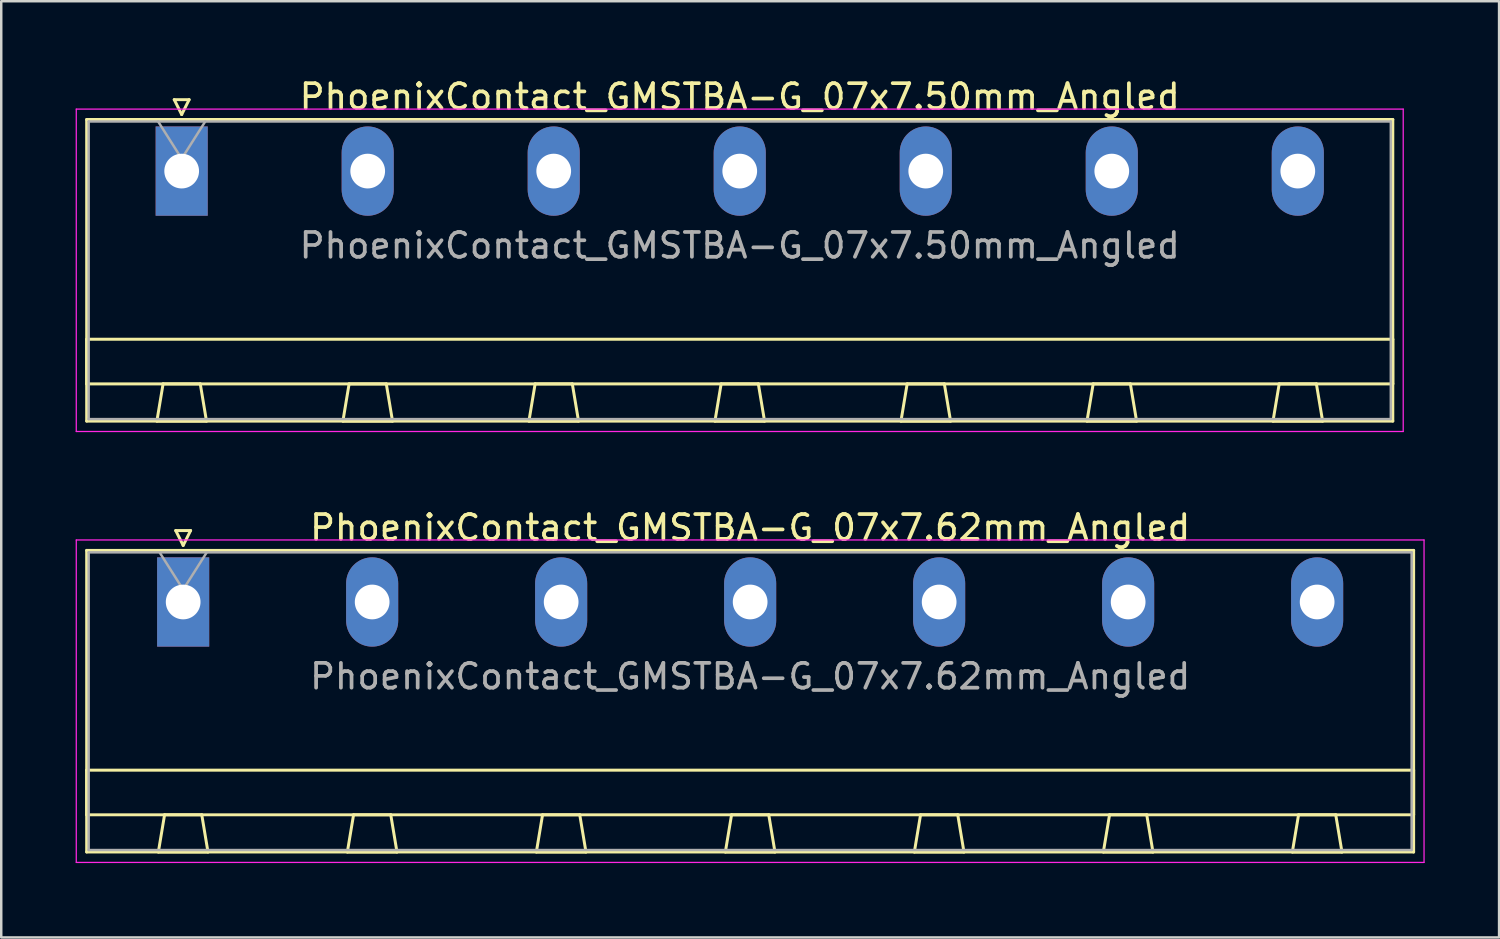
<source format=kicad_pcb>
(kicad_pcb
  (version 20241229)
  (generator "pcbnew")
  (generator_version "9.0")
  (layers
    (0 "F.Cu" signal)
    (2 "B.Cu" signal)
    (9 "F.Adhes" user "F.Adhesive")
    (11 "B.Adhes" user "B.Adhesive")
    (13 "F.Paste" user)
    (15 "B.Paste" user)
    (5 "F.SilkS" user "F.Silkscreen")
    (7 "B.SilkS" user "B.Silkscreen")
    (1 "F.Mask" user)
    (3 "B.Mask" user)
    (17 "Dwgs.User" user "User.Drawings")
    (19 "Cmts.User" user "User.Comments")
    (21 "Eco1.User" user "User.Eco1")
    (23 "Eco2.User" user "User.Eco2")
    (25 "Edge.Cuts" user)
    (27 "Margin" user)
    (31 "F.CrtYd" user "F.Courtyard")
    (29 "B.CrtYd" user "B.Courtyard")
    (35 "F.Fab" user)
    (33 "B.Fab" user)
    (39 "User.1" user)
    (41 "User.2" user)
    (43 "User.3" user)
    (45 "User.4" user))
  (footprint "PhoenixContact_GMSTBA-G_07x7.62mm_Angled"
    (layer "F.Cu")
    (at 4.335 21.221)
    (property "Reference" "PhoenixContact_GMSTBA-G_07x7.62mm_Angled" (at 22.86 -3 0) (layer "F.SilkS") (effects (font (size 1 1) (thickness 0.15))))
    (attr through_hole)
    (fp_line (start -3.89 -2.08) (end -3.89 10.08) (stroke (width 0.12) (type solid)) (layer "F.SilkS"))
    (fp_line (start -3.89 6.78) (end 49.61 6.78) (stroke (width 0.12) (type solid)) (layer "F.SilkS"))
    (fp_line (start -3.89 8.58) (end -3.89 6.78) (stroke (width 0.12) (type solid)) (layer "F.SilkS"))
    (fp_line (start -3.89 10.08) (end 49.61 10.08) (stroke (width 0.12) (type solid)) (layer "F.SilkS"))
    (fp_line (start -1 10.08) (end 1 10.08) (stroke (width 0.12) (type solid)) (layer "F.SilkS"))
    (fp_line (start -0.75 8.58) (end -1 10.08) (stroke (width 0.12) (type solid)) (layer "F.SilkS"))
    (fp_line (start -0.3 -2.88) (end 0.3 -2.88) (stroke (width 0.12) (type solid)) (layer "F.SilkS"))
    (fp_line (start 0 -2.28) (end -0.3 -2.88) (stroke (width 0.12) (type solid)) (layer "F.SilkS"))
    (fp_line (start 0.3 -2.88) (end 0 -2.28) (stroke (width 0.12) (type solid)) (layer "F.SilkS"))
    (fp_line (start 0.75 8.58) (end -0.75 8.58) (stroke (width 0.12) (type solid)) (layer "F.SilkS"))
    (fp_line (start 1 10.08) (end 0.75 8.58) (stroke (width 0.12) (type solid)) (layer "F.SilkS"))
    (fp_line (start 6.62 10.08) (end 8.62 10.08) (stroke (width 0.12) (type solid)) (layer "F.SilkS"))
    (fp_line (start 6.87 8.58) (end 6.62 10.08) (stroke (width 0.12) (type solid)) (layer "F.SilkS"))
    (fp_line (start 8.37 8.58) (end 6.87 8.58) (stroke (width 0.12) (type solid)) (layer "F.SilkS"))
    (fp_line (start 8.62 10.08) (end 8.37 8.58) (stroke (width 0.12) (type solid)) (layer "F.SilkS"))
    (fp_line (start 14.24 10.08) (end 16.24 10.08) (stroke (width 0.12) (type solid)) (layer "F.SilkS"))
    (fp_line (start 14.49 8.58) (end 14.24 10.08) (stroke (width 0.12) (type solid)) (layer "F.SilkS"))
    (fp_line (start 15.99 8.58) (end 14.49 8.58) (stroke (width 0.12) (type solid)) (layer "F.SilkS"))
    (fp_line (start 16.24 10.08) (end 15.99 8.58) (stroke (width 0.12) (type solid)) (layer "F.SilkS"))
    (fp_line (start 21.86 10.08) (end 23.86 10.08) (stroke (width 0.12) (type solid)) (layer "F.SilkS"))
    (fp_line (start 22.11 8.58) (end 21.86 10.08) (stroke (width 0.12) (type solid)) (layer "F.SilkS"))
    (fp_line (start 23.61 8.58) (end 22.11 8.58) (stroke (width 0.12) (type solid)) (layer "F.SilkS"))
    (fp_line (start 23.86 10.08) (end 23.61 8.58) (stroke (width 0.12) (type solid)) (layer "F.SilkS"))
    (fp_line (start 29.48 10.08) (end 31.48 10.08) (stroke (width 0.12) (type solid)) (layer "F.SilkS"))
    (fp_line (start 29.73 8.58) (end 29.48 10.08) (stroke (width 0.12) (type solid)) (layer "F.SilkS"))
    (fp_line (start 31.23 8.58) (end 29.73 8.58) (stroke (width 0.12) (type solid)) (layer "F.SilkS"))
    (fp_line (start 31.48 10.08) (end 31.23 8.58) (stroke (width 0.12) (type solid)) (layer "F.SilkS"))
    (fp_line (start 37.1 10.08) (end 39.1 10.08) (stroke (width 0.12) (type solid)) (layer "F.SilkS"))
    (fp_line (start 37.35 8.58) (end 37.1 10.08) (stroke (width 0.12) (type solid)) (layer "F.SilkS"))
    (fp_line (start 38.85 8.58) (end 37.35 8.58) (stroke (width 0.12) (type solid)) (layer "F.SilkS"))
    (fp_line (start 39.1 10.08) (end 38.85 8.58) (stroke (width 0.12) (type solid)) (layer "F.SilkS"))
    (fp_line (start 44.72 10.08) (end 46.72 10.08) (stroke (width 0.12) (type solid)) (layer "F.SilkS"))
    (fp_line (start 44.97 8.58) (end 44.72 10.08) (stroke (width 0.12) (type solid)) (layer "F.SilkS"))
    (fp_line (start 46.47 8.58) (end 44.97 8.58) (stroke (width 0.12) (type solid)) (layer "F.SilkS"))
    (fp_line (start 46.72 10.08) (end 46.47 8.58) (stroke (width 0.12) (type solid)) (layer "F.SilkS"))
    (fp_line (start 49.61 -2.08) (end -3.89 -2.08) (stroke (width 0.12) (type solid)) (layer "F.SilkS"))
    (fp_line (start 49.61 6.78) (end 49.61 8.58) (stroke (width 0.12) (type solid)) (layer "F.SilkS"))
    (fp_line (start 49.61 8.58) (end -3.89 8.58) (stroke (width 0.12) (type solid)) (layer "F.SilkS"))
    (fp_line (start 49.61 10.08) (end 49.61 -2.08) (stroke (width 0.12) (type solid)) (layer "F.SilkS"))
    (fp_line (start -4.31 -2.5) (end -4.31 10.5) (stroke (width 0.05) (type solid)) (layer "F.CrtYd"))
    (fp_line (start -4.31 10.5) (end 50.03 10.5) (stroke (width 0.05) (type solid)) (layer "F.CrtYd"))
    (fp_line (start 50.03 -2.5) (end -4.31 -2.5) (stroke (width 0.05) (type solid)) (layer "F.CrtYd"))
    (fp_line (start 50.03 10.5) (end 50.03 -2.5) (stroke (width 0.05) (type solid)) (layer "F.CrtYd"))
    (fp_line (start -3.81 -2) (end -3.81 10) (stroke (width 0.1) (type solid)) (layer "F.Fab"))
    (fp_line (start -3.81 10) (end 49.53 10) (stroke (width 0.1) (type solid)) (layer "F.Fab"))
    (fp_line (start 0 -0.5) (end -0.95 -2) (stroke (width 0.1) (type solid)) (layer "F.Fab"))
    (fp_line (start 0.95 -2) (end 0 -0.5) (stroke (width 0.1) (type solid)) (layer "F.Fab"))
    (fp_line (start 49.53 -2) (end -3.81 -2) (stroke (width 0.1) (type solid)) (layer "F.Fab"))
    (fp_line (start 49.53 10) (end 49.53 -2) (stroke (width 0.1) (type solid)) (layer "F.Fab"))
    (fp_text user "${REFERENCE}" (at 22.86 3 0) (layer "F.Fab") (effects (font (size 1 1) (thickness 0.15))))
    (pad "1" thru_hole rect (at 0 0) (size 2.1 3.6) (drill 1.4) (layers "*.Cu" "*.Mask"))
    (pad "2" thru_hole oval (at 7.62 0) (size 2.1 3.6) (drill 1.4) (layers "*.Cu" "*.Mask"))
    (pad "3" thru_hole oval (at 15.24 0) (size 2.1 3.6) (drill 1.4) (layers "*.Cu" "*.Mask"))
    (pad "4" thru_hole oval (at 22.86 0) (size 2.1 3.6) (drill 1.4) (layers "*.Cu" "*.Mask"))
    (pad "5" thru_hole oval (at 30.48 0) (size 2.1 3.6) (drill 1.4) (layers "*.Cu" "*.Mask"))
    (pad "6" thru_hole oval (at 38.1 0) (size 2.1 3.6) (drill 1.4) (layers "*.Cu" "*.Mask"))
    (pad "7" thru_hole oval (at 45.72 0) (size 2.1 3.6) (drill 1.4) (layers "*.Cu" "*.Mask")))
  (footprint "PhoenixContact_GMSTBA-G_07x7.50mm_Angled"
    (layer "F.Cu")
    (at 4.275 3.848)
    (property "Reference" "PhoenixContact_GMSTBA-G_07x7.50mm_Angled" (at 22.5 -3 0) (layer "F.SilkS") (effects (font (size 1 1) (thickness 0.15))))
    (attr through_hole)
    (fp_line (start -3.83 -2.08) (end -3.83 10.08) (stroke (width 0.12) (type solid)) (layer "F.SilkS"))
    (fp_line (start -3.83 6.78) (end 48.83 6.78) (stroke (width 0.12) (type solid)) (layer "F.SilkS"))
    (fp_line (start -3.83 8.58) (end -3.83 6.78) (stroke (width 0.12) (type solid)) (layer "F.SilkS"))
    (fp_line (start -3.83 10.08) (end 48.83 10.08) (stroke (width 0.12) (type solid)) (layer "F.SilkS"))
    (fp_line (start -1 10.08) (end 1 10.08) (stroke (width 0.12) (type solid)) (layer "F.SilkS"))
    (fp_line (start -0.75 8.58) (end -1 10.08) (stroke (width 0.12) (type solid)) (layer "F.SilkS"))
    (fp_line (start -0.3 -2.88) (end 0.3 -2.88) (stroke (width 0.12) (type solid)) (layer "F.SilkS"))
    (fp_line (start 0 -2.28) (end -0.3 -2.88) (stroke (width 0.12) (type solid)) (layer "F.SilkS"))
    (fp_line (start 0.3 -2.88) (end 0 -2.28) (stroke (width 0.12) (type solid)) (layer "F.SilkS"))
    (fp_line (start 0.75 8.58) (end -0.75 8.58) (stroke (width 0.12) (type solid)) (layer "F.SilkS"))
    (fp_line (start 1 10.08) (end 0.75 8.58) (stroke (width 0.12) (type solid)) (layer "F.SilkS"))
    (fp_line (start 6.5 10.08) (end 8.5 10.08) (stroke (width 0.12) (type solid)) (layer "F.SilkS"))
    (fp_line (start 6.75 8.58) (end 6.5 10.08) (stroke (width 0.12) (type solid)) (layer "F.SilkS"))
    (fp_line (start 8.25 8.58) (end 6.75 8.58) (stroke (width 0.12) (type solid)) (layer "F.SilkS"))
    (fp_line (start 8.5 10.08) (end 8.25 8.58) (stroke (width 0.12) (type solid)) (layer "F.SilkS"))
    (fp_line (start 14 10.08) (end 16 10.08) (stroke (width 0.12) (type solid)) (layer "F.SilkS"))
    (fp_line (start 14.25 8.58) (end 14 10.08) (stroke (width 0.12) (type solid)) (layer "F.SilkS"))
    (fp_line (start 15.75 8.58) (end 14.25 8.58) (stroke (width 0.12) (type solid)) (layer "F.SilkS"))
    (fp_line (start 16 10.08) (end 15.75 8.58) (stroke (width 0.12) (type solid)) (layer "F.SilkS"))
    (fp_line (start 21.5 10.08) (end 23.5 10.08) (stroke (width 0.12) (type solid)) (layer "F.SilkS"))
    (fp_line (start 21.75 8.58) (end 21.5 10.08) (stroke (width 0.12) (type solid)) (layer "F.SilkS"))
    (fp_line (start 23.25 8.58) (end 21.75 8.58) (stroke (width 0.12) (type solid)) (layer "F.SilkS"))
    (fp_line (start 23.5 10.08) (end 23.25 8.58) (stroke (width 0.12) (type solid)) (layer "F.SilkS"))
    (fp_line (start 29 10.08) (end 31 10.08) (stroke (width 0.12) (type solid)) (layer "F.SilkS"))
    (fp_line (start 29.25 8.58) (end 29 10.08) (stroke (width 0.12) (type solid)) (layer "F.SilkS"))
    (fp_line (start 30.75 8.58) (end 29.25 8.58) (stroke (width 0.12) (type solid)) (layer "F.SilkS"))
    (fp_line (start 31 10.08) (end 30.75 8.58) (stroke (width 0.12) (type solid)) (layer "F.SilkS"))
    (fp_line (start 36.5 10.08) (end 38.5 10.08) (stroke (width 0.12) (type solid)) (layer "F.SilkS"))
    (fp_line (start 36.75 8.58) (end 36.5 10.08) (stroke (width 0.12) (type solid)) (layer "F.SilkS"))
    (fp_line (start 38.25 8.58) (end 36.75 8.58) (stroke (width 0.12) (type solid)) (layer "F.SilkS"))
    (fp_line (start 38.5 10.08) (end 38.25 8.58) (stroke (width 0.12) (type solid)) (layer "F.SilkS"))
    (fp_line (start 44 10.08) (end 46 10.08) (stroke (width 0.12) (type solid)) (layer "F.SilkS"))
    (fp_line (start 44.25 8.58) (end 44 10.08) (stroke (width 0.12) (type solid)) (layer "F.SilkS"))
    (fp_line (start 45.75 8.58) (end 44.25 8.58) (stroke (width 0.12) (type solid)) (layer "F.SilkS"))
    (fp_line (start 46 10.08) (end 45.75 8.58) (stroke (width 0.12) (type solid)) (layer "F.SilkS"))
    (fp_line (start 48.83 -2.08) (end -3.83 -2.08) (stroke (width 0.12) (type solid)) (layer "F.SilkS"))
    (fp_line (start 48.83 6.78) (end 48.83 8.58) (stroke (width 0.12) (type solid)) (layer "F.SilkS"))
    (fp_line (start 48.83 8.58) (end -3.83 8.58) (stroke (width 0.12) (type solid)) (layer "F.SilkS"))
    (fp_line (start 48.83 10.08) (end 48.83 -2.08) (stroke (width 0.12) (type solid)) (layer "F.SilkS"))
    (fp_line (start -4.25 -2.5) (end -4.25 10.5) (stroke (width 0.05) (type solid)) (layer "F.CrtYd"))
    (fp_line (start -4.25 10.5) (end 49.25 10.5) (stroke (width 0.05) (type solid)) (layer "F.CrtYd"))
    (fp_line (start 49.25 -2.5) (end -4.25 -2.5) (stroke (width 0.05) (type solid)) (layer "F.CrtYd"))
    (fp_line (start 49.25 10.5) (end 49.25 -2.5) (stroke (width 0.05) (type solid)) (layer "F.CrtYd"))
    (fp_line (start -3.75 -2) (end -3.75 10) (stroke (width 0.1) (type solid)) (layer "F.Fab"))
    (fp_line (start -3.75 10) (end 48.75 10) (stroke (width 0.1) (type solid)) (layer "F.Fab"))
    (fp_line (start 0 -0.5) (end -0.95 -2) (stroke (width 0.1) (type solid)) (layer "F.Fab"))
    (fp_line (start 0.95 -2) (end 0 -0.5) (stroke (width 0.1) (type solid)) (layer "F.Fab"))
    (fp_line (start 48.75 -2) (end -3.75 -2) (stroke (width 0.1) (type solid)) (layer "F.Fab"))
    (fp_line (start 48.75 10) (end 48.75 -2) (stroke (width 0.1) (type solid)) (layer "F.Fab"))
    (fp_text user "${REFERENCE}" (at 22.5 3 0) (layer "F.Fab") (effects (font (size 1 1) (thickness 0.15))))
    (pad "1" thru_hole rect (at 0 0) (size 2.1 3.6) (drill 1.4) (layers "*.Cu" "*.Mask"))
    (pad "2" thru_hole oval (at 7.5 0) (size 2.1 3.6) (drill 1.4) (layers "*.Cu" "*.Mask"))
    (pad "3" thru_hole oval (at 15 0) (size 2.1 3.6) (drill 1.4) (layers "*.Cu" "*.Mask"))
    (pad "4" thru_hole oval (at 22.5 0) (size 2.1 3.6) (drill 1.4) (layers "*.Cu" "*.Mask"))
    (pad "5" thru_hole oval (at 30 0) (size 2.1 3.6) (drill 1.4) (layers "*.Cu" "*.Mask"))
    (pad "6" thru_hole oval (at 37.5 0) (size 2.1 3.6) (drill 1.4) (layers "*.Cu" "*.Mask"))
    (pad "7" thru_hole oval (at 45 0) (size 2.1 3.6) (drill 1.4) (layers "*.Cu" "*.Mask")))
  (gr_rect
    (start -3 -3)
    (end 57.39 34.746)
    (stroke (width 0.1) (type default))
    (fill no)
    (layer "Edge.Cuts")))
</source>
